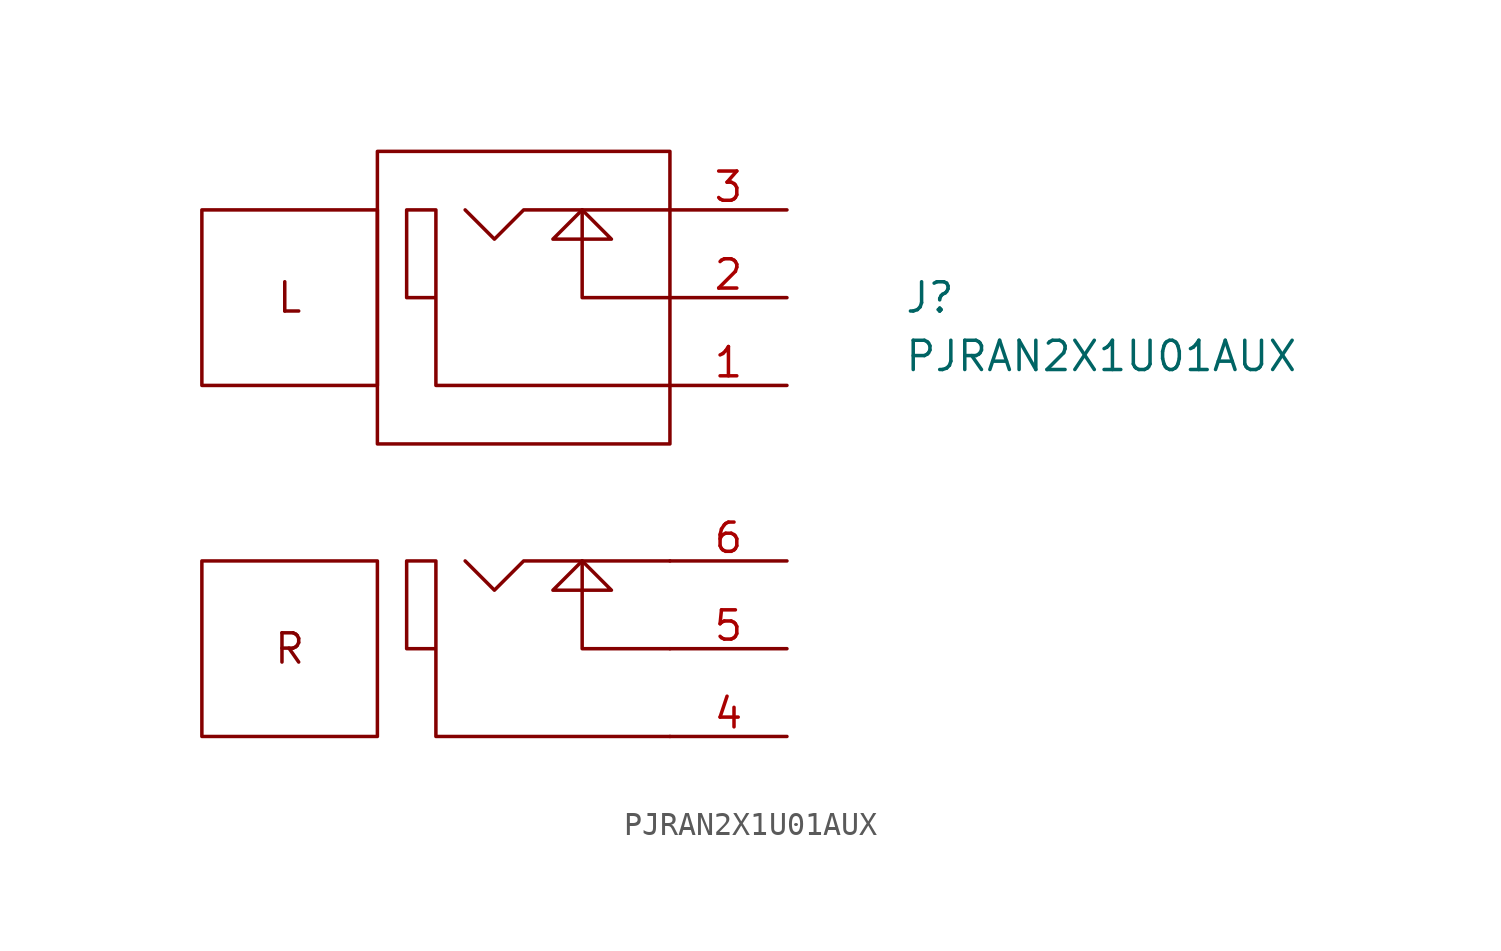
<source format=kicad_sym>
(kicad_symbol_lib
  (version 20211014)
  (generator kicad_symbol_editor)
  (symbol "PJRAN2X1U01AUX"
    (pin_names
      (offset 0.762))
    (property "Reference" "J"
      (at 16.51 7.62 0)
      (effects (font (size 1.27 1.27)) (justify left)))
    (property "Value" "PJRAN2X1U01AUX"
      (at 16.51 5.08 0)
      (effects (font (size 1.27 1.27)) (justify left)))
    (symbol "PJRAN2X1U01AUX_0_0"
      (text "L" (at -10.16 7.62 0) (effects (font (size 1.27 1.27))))
      (text "R" (at -10.16 -7.62 0) (effects (font (size 1.27 1.27)))))
    (symbol "PJRAN2X1U01AUX_0_1"
      (rectangle (start -6.35 -3.81) (end -13.97 -11.43) (stroke (width 0) (type default) (color 0 0 0 0)) (fill (type none)))
      (rectangle (start -6.35 11.43) (end -13.97 3.81) (stroke (width 0) (type default) (color 0 0 0 0)) (fill (type none)))
      (polyline (pts (xy 6.35 -7.62) (xy 2.54 -7.62) (xy 2.54 -3.81)) (stroke (width 0) (type default) (color 0 0 0 0)) (fill (type none)))
      (polyline (pts (xy 6.35 7.62) (xy 2.54 7.62) (xy 2.54 11.43)) (stroke (width 0) (type default) (color 0 0 0 0)) (fill (type none)))
      (polyline (pts (xy 2.54 -3.81) (xy 1.27 -5.08) (xy 3.81 -5.08) (xy 2.54 -3.81)) (stroke (width 0) (type default) (color 0 0 0 0)) (fill (type none)))
      (polyline (pts (xy 2.54 11.43) (xy 1.27 10.16) (xy 3.81 10.16) (xy 2.54 11.43)) (stroke (width 0) (type default) (color 0 0 0 0)) (fill (type none)))
      (polyline (pts (xy 6.35 -3.81) (xy 0 -3.81) (xy -1.27 -5.08) (xy -2.54 -3.81)) (stroke (width 0) (type default) (color 0 0 0 0)) (fill (type none)))
      (polyline (pts (xy 6.35 11.43) (xy 0 11.43) (xy -1.27 10.16) (xy -2.54 11.43)) (stroke (width 0) (type default) (color 0 0 0 0)) (fill (type none)))
      (polyline (pts (xy 6.35 -11.43) (xy -3.81 -11.43) (xy -3.81 -3.81) (xy -5.08 -3.81) (xy -5.08 -7.62) (xy -3.81 -7.62)) (stroke (width 0) (type default) (color 0 0 0 0)) (fill (type none)))
      (polyline (pts (xy 6.35 3.81) (xy -3.81 3.81) (xy -3.81 11.43) (xy -5.08 11.43) (xy -5.08 7.62) (xy -3.81 7.62)) (stroke (width 0) (type default) (color 0 0 0 0)) (fill (type none)))
      (rectangle (start 6.35 13.97) (end -6.35 1.27) (stroke (width 0) (type default) (color 0 0 0 0)) (fill (type none))))
    (symbol "PJRAN2X1U01AUX_1_1"
      (pin input line (at 11.43 3.81 180) (length 5.08) (name "~" (effects (font (size 1.27 1.27)))) (number "1" (effects (font (size 1.27 1.27)))))
      (pin input line (at 11.43 7.62 180) (length 5.08) (name "~" (effects (font (size 1.27 1.27)))) (number "2" (effects (font (size 1.27 1.27)))))
      (pin input line (at 11.43 11.43 180) (length 5.08) (name "~" (effects (font (size 1.27 1.27)))) (number "3" (effects (font (size 1.27 1.27)))))
      (pin input line (at 11.43 -11.43 180) (length 5.08) (name "~" (effects (font (size 1.27 1.27)))) (number "4" (effects (font (size 1.27 1.27)))))
      (pin input line (at 11.43 -7.62 180) (length 5.08) (name "~" (effects (font (size 1.27 1.27)))) (number "5" (effects (font (size 1.27 1.27)))))
      (pin input line (at 11.43 -3.81 180) (length 5.08) (name "~" (effects (font (size 1.27 1.27)))) (number "6" (effects (font (size 1.27 1.27))))))))
</source>
